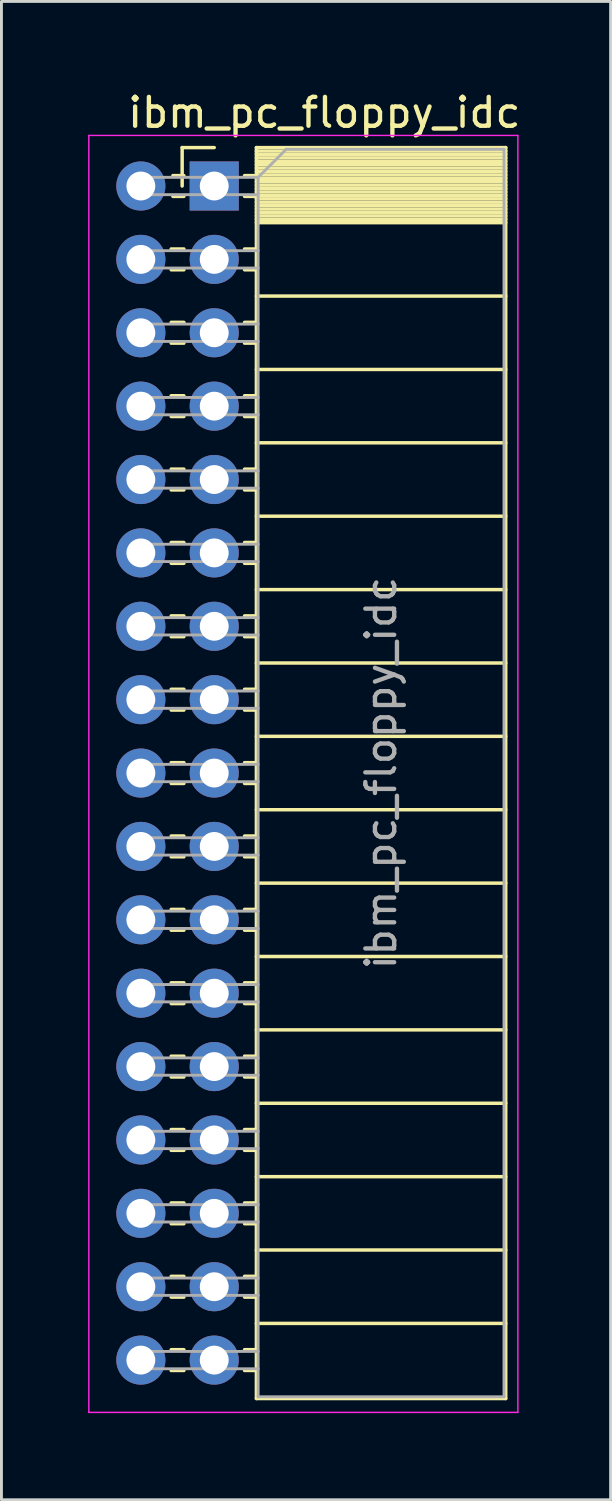
<source format=kicad_pcb>
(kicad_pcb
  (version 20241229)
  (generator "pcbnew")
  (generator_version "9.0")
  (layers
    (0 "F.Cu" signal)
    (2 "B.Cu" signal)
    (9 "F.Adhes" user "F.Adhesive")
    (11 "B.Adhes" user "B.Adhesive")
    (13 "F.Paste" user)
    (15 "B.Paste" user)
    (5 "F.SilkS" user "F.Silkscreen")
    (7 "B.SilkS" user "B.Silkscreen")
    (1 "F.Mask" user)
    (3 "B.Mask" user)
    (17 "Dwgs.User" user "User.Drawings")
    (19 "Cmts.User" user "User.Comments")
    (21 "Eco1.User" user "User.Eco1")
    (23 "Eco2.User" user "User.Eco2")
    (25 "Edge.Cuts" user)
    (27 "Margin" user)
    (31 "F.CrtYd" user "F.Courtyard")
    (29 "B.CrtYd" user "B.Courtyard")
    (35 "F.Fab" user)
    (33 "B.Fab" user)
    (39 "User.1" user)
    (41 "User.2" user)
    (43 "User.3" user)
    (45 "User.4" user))
  (footprint "ibm_pc_floppy_idc"
    (layer "F.Cu")
    (at 4.365 3.388)
    (property "Reference" "ibm_pc_floppy_idc" (at 3.81 -2.54 0) (layer "F.SilkS") (effects (font (size 1 1) (thickness 0.15))))
    (attr through_hole)
    (fp_line (start -1.11 -1.33) (end -1.11 0) (stroke (width 0.12) (type solid)) (layer "F.SilkS"))
    (fp_line (start -1.05 -0.36) (end -1.43 -0.36) (stroke (width 0.12) (type solid)) (layer "F.SilkS"))
    (fp_line (start -1.05 0.36) (end -1.43 0.36) (stroke (width 0.12) (type solid)) (layer "F.SilkS"))
    (fp_line (start -1.05 2.18) (end -1.49 2.18) (stroke (width 0.12) (type solid)) (layer "F.SilkS"))
    (fp_line (start -1.05 2.9) (end -1.49 2.9) (stroke (width 0.12) (type solid)) (layer "F.SilkS"))
    (fp_line (start -1.05 4.72) (end -1.49 4.72) (stroke (width 0.12) (type solid)) (layer "F.SilkS"))
    (fp_line (start -1.05 5.44) (end -1.49 5.44) (stroke (width 0.12) (type solid)) (layer "F.SilkS"))
    (fp_line (start -1.05 7.26) (end -1.49 7.26) (stroke (width 0.12) (type solid)) (layer "F.SilkS"))
    (fp_line (start -1.05 7.98) (end -1.49 7.98) (stroke (width 0.12) (type solid)) (layer "F.SilkS"))
    (fp_line (start -1.05 9.8) (end -1.49 9.8) (stroke (width 0.12) (type solid)) (layer "F.SilkS"))
    (fp_line (start -1.05 10.52) (end -1.49 10.52) (stroke (width 0.12) (type solid)) (layer "F.SilkS"))
    (fp_line (start -1.05 12.34) (end -1.49 12.34) (stroke (width 0.12) (type solid)) (layer "F.SilkS"))
    (fp_line (start -1.05 13.06) (end -1.49 13.06) (stroke (width 0.12) (type solid)) (layer "F.SilkS"))
    (fp_line (start -1.05 14.88) (end -1.49 14.88) (stroke (width 0.12) (type solid)) (layer "F.SilkS"))
    (fp_line (start -1.05 15.6) (end -1.49 15.6) (stroke (width 0.12) (type solid)) (layer "F.SilkS"))
    (fp_line (start -1.05 17.42) (end -1.49 17.42) (stroke (width 0.12) (type solid)) (layer "F.SilkS"))
    (fp_line (start -1.05 18.14) (end -1.49 18.14) (stroke (width 0.12) (type solid)) (layer "F.SilkS"))
    (fp_line (start -1.05 19.96) (end -1.49 19.96) (stroke (width 0.12) (type solid)) (layer "F.SilkS"))
    (fp_line (start -1.05 20.68) (end -1.49 20.68) (stroke (width 0.12) (type solid)) (layer "F.SilkS"))
    (fp_line (start -1.05 22.5) (end -1.49 22.5) (stroke (width 0.12) (type solid)) (layer "F.SilkS"))
    (fp_line (start -1.05 23.22) (end -1.49 23.22) (stroke (width 0.12) (type solid)) (layer "F.SilkS"))
    (fp_line (start -1.05 25.04) (end -1.49 25.04) (stroke (width 0.12) (type solid)) (layer "F.SilkS"))
    (fp_line (start -1.05 25.76) (end -1.49 25.76) (stroke (width 0.12) (type solid)) (layer "F.SilkS"))
    (fp_line (start -1.05 27.58) (end -1.49 27.58) (stroke (width 0.12) (type solid)) (layer "F.SilkS"))
    (fp_line (start -1.05 28.3) (end -1.49 28.3) (stroke (width 0.12) (type solid)) (layer "F.SilkS"))
    (fp_line (start -1.05 30.12) (end -1.49 30.12) (stroke (width 0.12) (type solid)) (layer "F.SilkS"))
    (fp_line (start -1.05 30.84) (end -1.49 30.84) (stroke (width 0.12) (type solid)) (layer "F.SilkS"))
    (fp_line (start -1.05 32.66) (end -1.49 32.66) (stroke (width 0.12) (type solid)) (layer "F.SilkS"))
    (fp_line (start -1.05 33.38) (end -1.49 33.38) (stroke (width 0.12) (type solid)) (layer "F.SilkS"))
    (fp_line (start -1.05 35.2) (end -1.49 35.2) (stroke (width 0.12) (type solid)) (layer "F.SilkS"))
    (fp_line (start -1.05 35.92) (end -1.49 35.92) (stroke (width 0.12) (type solid)) (layer "F.SilkS"))
    (fp_line (start -1.05 37.74) (end -1.49 37.74) (stroke (width 0.12) (type solid)) (layer "F.SilkS"))
    (fp_line (start -1.05 38.46) (end -1.49 38.46) (stroke (width 0.12) (type solid)) (layer "F.SilkS"))
    (fp_line (start -1.05 40.28) (end -1.49 40.28) (stroke (width 0.12) (type solid)) (layer "F.SilkS"))
    (fp_line (start -1.05 41) (end -1.49 41) (stroke (width 0.12) (type solid)) (layer "F.SilkS"))
    (fp_line (start 0 -1.33) (end -1.11 -1.33) (stroke (width 0.12) (type solid)) (layer "F.SilkS"))
    (fp_line (start 1.46 -1.33) (end 1.46 41.97) (stroke (width 0.12) (type solid)) (layer "F.SilkS"))
    (fp_line (start 1.46 -0.36) (end 1.05 -0.36) (stroke (width 0.12) (type solid)) (layer "F.SilkS"))
    (fp_line (start 1.46 0.36) (end 1.05 0.36) (stroke (width 0.12) (type solid)) (layer "F.SilkS"))
    (fp_line (start 1.46 2.18) (end 1.05 2.18) (stroke (width 0.12) (type solid)) (layer "F.SilkS"))
    (fp_line (start 1.46 2.9) (end 1.05 2.9) (stroke (width 0.12) (type solid)) (layer "F.SilkS"))
    (fp_line (start 1.46 4.72) (end 1.05 4.72) (stroke (width 0.12) (type solid)) (layer "F.SilkS"))
    (fp_line (start 1.46 5.44) (end 1.05 5.44) (stroke (width 0.12) (type solid)) (layer "F.SilkS"))
    (fp_line (start 1.46 7.26) (end 1.05 7.26) (stroke (width 0.12) (type solid)) (layer "F.SilkS"))
    (fp_line (start 1.46 7.98) (end 1.05 7.98) (stroke (width 0.12) (type solid)) (layer "F.SilkS"))
    (fp_line (start 1.46 9.8) (end 1.05 9.8) (stroke (width 0.12) (type solid)) (layer "F.SilkS"))
    (fp_line (start 1.46 10.52) (end 1.05 10.52) (stroke (width 0.12) (type solid)) (layer "F.SilkS"))
    (fp_line (start 1.46 12.34) (end 1.05 12.34) (stroke (width 0.12) (type solid)) (layer "F.SilkS"))
    (fp_line (start 1.46 13.06) (end 1.05 13.06) (stroke (width 0.12) (type solid)) (layer "F.SilkS"))
    (fp_line (start 1.46 14.88) (end 1.05 14.88) (stroke (width 0.12) (type solid)) (layer "F.SilkS"))
    (fp_line (start 1.46 15.6) (end 1.05 15.6) (stroke (width 0.12) (type solid)) (layer "F.SilkS"))
    (fp_line (start 1.46 17.42) (end 1.05 17.42) (stroke (width 0.12) (type solid)) (layer "F.SilkS"))
    (fp_line (start 1.46 18.14) (end 1.05 18.14) (stroke (width 0.12) (type solid)) (layer "F.SilkS"))
    (fp_line (start 1.46 19.96) (end 1.05 19.96) (stroke (width 0.12) (type solid)) (layer "F.SilkS"))
    (fp_line (start 1.46 20.68) (end 1.05 20.68) (stroke (width 0.12) (type solid)) (layer "F.SilkS"))
    (fp_line (start 1.46 22.5) (end 1.05 22.5) (stroke (width 0.12) (type solid)) (layer "F.SilkS"))
    (fp_line (start 1.46 23.22) (end 1.05 23.22) (stroke (width 0.12) (type solid)) (layer "F.SilkS"))
    (fp_line (start 1.46 25.04) (end 1.05 25.04) (stroke (width 0.12) (type solid)) (layer "F.SilkS"))
    (fp_line (start 1.46 25.76) (end 1.05 25.76) (stroke (width 0.12) (type solid)) (layer "F.SilkS"))
    (fp_line (start 1.46 27.58) (end 1.05 27.58) (stroke (width 0.12) (type solid)) (layer "F.SilkS"))
    (fp_line (start 1.46 28.3) (end 1.05 28.3) (stroke (width 0.12) (type solid)) (layer "F.SilkS"))
    (fp_line (start 1.46 30.12) (end 1.05 30.12) (stroke (width 0.12) (type solid)) (layer "F.SilkS"))
    (fp_line (start 1.46 30.84) (end 1.05 30.84) (stroke (width 0.12) (type solid)) (layer "F.SilkS"))
    (fp_line (start 1.46 32.66) (end 1.05 32.66) (stroke (width 0.12) (type solid)) (layer "F.SilkS"))
    (fp_line (start 1.46 33.38) (end 1.05 33.38) (stroke (width 0.12) (type solid)) (layer "F.SilkS"))
    (fp_line (start 1.46 35.2) (end 1.05 35.2) (stroke (width 0.12) (type solid)) (layer "F.SilkS"))
    (fp_line (start 1.46 35.92) (end 1.05 35.92) (stroke (width 0.12) (type solid)) (layer "F.SilkS"))
    (fp_line (start 1.46 37.74) (end 1.05 37.74) (stroke (width 0.12) (type solid)) (layer "F.SilkS"))
    (fp_line (start 1.46 38.46) (end 1.05 38.46) (stroke (width 0.12) (type solid)) (layer "F.SilkS"))
    (fp_line (start 1.46 40.28) (end 1.05 40.28) (stroke (width 0.12) (type solid)) (layer "F.SilkS"))
    (fp_line (start 1.46 41) (end 1.05 41) (stroke (width 0.12) (type solid)) (layer "F.SilkS"))
    (fp_line (start 10.09 -1.33) (end 1.46 -1.33) (stroke (width 0.12) (type solid)) (layer "F.SilkS"))
    (fp_line (start 10.09 -1.33) (end 10.09 41.97) (stroke (width 0.12) (type solid)) (layer "F.SilkS"))
    (fp_line (start 10.09 -1.21) (end 1.46 -1.21) (stroke (width 0.12) (type solid)) (layer "F.SilkS"))
    (fp_line (start 10.09 -1.092) (end 1.46 -1.092) (stroke (width 0.12) (type solid)) (layer "F.SilkS"))
    (fp_line (start 10.09 -0.974) (end 1.46 -0.974) (stroke (width 0.12) (type solid)) (layer "F.SilkS"))
    (fp_line (start 10.09 -0.856) (end 1.46 -0.856) (stroke (width 0.12) (type solid)) (layer "F.SilkS"))
    (fp_line (start 10.09 -0.738) (end 1.46 -0.738) (stroke (width 0.12) (type solid)) (layer "F.SilkS"))
    (fp_line (start 10.09 -0.62) (end 1.46 -0.62) (stroke (width 0.12) (type solid)) (layer "F.SilkS"))
    (fp_line (start 10.09 -0.501) (end 1.46 -0.501) (stroke (width 0.12) (type solid)) (layer "F.SilkS"))
    (fp_line (start 10.09 -0.383) (end 1.46 -0.383) (stroke (width 0.12) (type solid)) (layer "F.SilkS"))
    (fp_line (start 10.09 -0.265) (end 1.46 -0.265) (stroke (width 0.12) (type solid)) (layer "F.SilkS"))
    (fp_line (start 10.09 -0.147) (end 1.46 -0.147) (stroke (width 0.12) (type solid)) (layer "F.SilkS"))
    (fp_line (start 10.09 -0.029) (end 1.46 -0.029) (stroke (width 0.12) (type solid)) (layer "F.SilkS"))
    (fp_line (start 10.09 0.089) (end 1.46 0.089) (stroke (width 0.12) (type solid)) (layer "F.SilkS"))
    (fp_line (start 10.09 0.207) (end 1.46 0.207) (stroke (width 0.12) (type solid)) (layer "F.SilkS"))
    (fp_line (start 10.09 0.325) (end 1.46 0.325) (stroke (width 0.12) (type solid)) (layer "F.SilkS"))
    (fp_line (start 10.09 0.443) (end 1.46 0.443) (stroke (width 0.12) (type solid)) (layer "F.SilkS"))
    (fp_line (start 10.09 0.561) (end 1.46 0.561) (stroke (width 0.12) (type solid)) (layer "F.SilkS"))
    (fp_line (start 10.09 0.68) (end 1.46 0.68) (stroke (width 0.12) (type solid)) (layer "F.SilkS"))
    (fp_line (start 10.09 0.798) (end 1.46 0.798) (stroke (width 0.12) (type solid)) (layer "F.SilkS"))
    (fp_line (start 10.09 0.916) (end 1.46 0.916) (stroke (width 0.12) (type solid)) (layer "F.SilkS"))
    (fp_line (start 10.09 1.034) (end 1.46 1.034) (stroke (width 0.12) (type solid)) (layer "F.SilkS"))
    (fp_line (start 10.09 1.152) (end 1.46 1.152) (stroke (width 0.12) (type solid)) (layer "F.SilkS"))
    (fp_line (start 10.09 1.27) (end 1.46 1.27) (stroke (width 0.12) (type solid)) (layer "F.SilkS"))
    (fp_line (start 10.09 3.81) (end 1.46 3.81) (stroke (width 0.12) (type solid)) (layer "F.SilkS"))
    (fp_line (start 10.09 6.35) (end 1.46 6.35) (stroke (width 0.12) (type solid)) (layer "F.SilkS"))
    (fp_line (start 10.09 8.89) (end 1.46 8.89) (stroke (width 0.12) (type solid)) (layer "F.SilkS"))
    (fp_line (start 10.09 11.43) (end 1.46 11.43) (stroke (width 0.12) (type solid)) (layer "F.SilkS"))
    (fp_line (start 10.09 13.97) (end 1.46 13.97) (stroke (width 0.12) (type solid)) (layer "F.SilkS"))
    (fp_line (start 10.09 16.51) (end 1.46 16.51) (stroke (width 0.12) (type solid)) (layer "F.SilkS"))
    (fp_line (start 10.09 19.05) (end 1.46 19.05) (stroke (width 0.12) (type solid)) (layer "F.SilkS"))
    (fp_line (start 10.09 21.59) (end 1.46 21.59) (stroke (width 0.12) (type solid)) (layer "F.SilkS"))
    (fp_line (start 10.09 24.13) (end 1.46 24.13) (stroke (width 0.12) (type solid)) (layer "F.SilkS"))
    (fp_line (start 10.09 26.67) (end 1.46 26.67) (stroke (width 0.12) (type solid)) (layer "F.SilkS"))
    (fp_line (start 10.09 29.21) (end 1.46 29.21) (stroke (width 0.12) (type solid)) (layer "F.SilkS"))
    (fp_line (start 10.09 31.75) (end 1.46 31.75) (stroke (width 0.12) (type solid)) (layer "F.SilkS"))
    (fp_line (start 10.09 34.29) (end 1.46 34.29) (stroke (width 0.12) (type solid)) (layer "F.SilkS"))
    (fp_line (start 10.09 36.83) (end 1.46 36.83) (stroke (width 0.12) (type solid)) (layer "F.SilkS"))
    (fp_line (start 10.09 39.37) (end 1.46 39.37) (stroke (width 0.12) (type solid)) (layer "F.SilkS"))
    (fp_line (start 10.09 41.97) (end 1.46 41.97) (stroke (width 0.12) (type solid)) (layer "F.SilkS"))
    (fp_line (start -4.34 -1.75) (end 10.51 -1.75) (stroke (width 0.05) (type solid)) (layer "F.CrtYd"))
    (fp_line (start -4.34 42.45) (end -4.34 -1.75) (stroke (width 0.05) (type solid)) (layer "F.CrtYd"))
    (fp_line (start 10.51 -1.75) (end 10.51 42.45) (stroke (width 0.05) (type solid)) (layer "F.CrtYd"))
    (fp_line (start 10.51 42.45) (end -4.34 42.45) (stroke (width 0.05) (type solid)) (layer "F.CrtYd"))
    (fp_line (start -2.54 -0.3) (end 1.52 -0.3) (stroke (width 0.1) (type solid)) (layer "F.Fab"))
    (fp_line (start -2.54 0.3) (end -2.54 -0.3) (stroke (width 0.1) (type solid)) (layer "F.Fab"))
    (fp_line (start -2.54 2.24) (end 1.52 2.24) (stroke (width 0.1) (type solid)) (layer "F.Fab"))
    (fp_line (start -2.54 2.84) (end -2.54 2.24) (stroke (width 0.1) (type solid)) (layer "F.Fab"))
    (fp_line (start -2.54 4.78) (end 1.52 4.78) (stroke (width 0.1) (type solid)) (layer "F.Fab"))
    (fp_line (start -2.54 5.38) (end -2.54 4.78) (stroke (width 0.1) (type solid)) (layer "F.Fab"))
    (fp_line (start -2.54 7.32) (end 1.52 7.32) (stroke (width 0.1) (type solid)) (layer "F.Fab"))
    (fp_line (start -2.54 7.92) (end -2.54 7.32) (stroke (width 0.1) (type solid)) (layer "F.Fab"))
    (fp_line (start -2.54 9.86) (end 1.52 9.86) (stroke (width 0.1) (type solid)) (layer "F.Fab"))
    (fp_line (start -2.54 10.46) (end -2.54 9.86) (stroke (width 0.1) (type solid)) (layer "F.Fab"))
    (fp_line (start -2.54 12.4) (end 1.52 12.4) (stroke (width 0.1) (type solid)) (layer "F.Fab"))
    (fp_line (start -2.54 13) (end -2.54 12.4) (stroke (width 0.1) (type solid)) (layer "F.Fab"))
    (fp_line (start -2.54 14.94) (end 1.52 14.94) (stroke (width 0.1) (type solid)) (layer "F.Fab"))
    (fp_line (start -2.54 15.54) (end -2.54 14.94) (stroke (width 0.1) (type solid)) (layer "F.Fab"))
    (fp_line (start -2.54 17.48) (end 1.52 17.48) (stroke (width 0.1) (type solid)) (layer "F.Fab"))
    (fp_line (start -2.54 18.08) (end -2.54 17.48) (stroke (width 0.1) (type solid)) (layer "F.Fab"))
    (fp_line (start -2.54 20.02) (end 1.52 20.02) (stroke (width 0.1) (type solid)) (layer "F.Fab"))
    (fp_line (start -2.54 20.62) (end -2.54 20.02) (stroke (width 0.1) (type solid)) (layer "F.Fab"))
    (fp_line (start -2.54 22.56) (end 1.52 22.56) (stroke (width 0.1) (type solid)) (layer "F.Fab"))
    (fp_line (start -2.54 23.16) (end -2.54 22.56) (stroke (width 0.1) (type solid)) (layer "F.Fab"))
    (fp_line (start -2.54 25.1) (end 1.52 25.1) (stroke (width 0.1) (type solid)) (layer "F.Fab"))
    (fp_line (start -2.54 25.7) (end -2.54 25.1) (stroke (width 0.1) (type solid)) (layer "F.Fab"))
    (fp_line (start -2.54 27.64) (end 1.52 27.64) (stroke (width 0.1) (type solid)) (layer "F.Fab"))
    (fp_line (start -2.54 28.24) (end -2.54 27.64) (stroke (width 0.1) (type solid)) (layer "F.Fab"))
    (fp_line (start -2.54 30.18) (end 1.52 30.18) (stroke (width 0.1) (type solid)) (layer "F.Fab"))
    (fp_line (start -2.54 30.78) (end -2.54 30.18) (stroke (width 0.1) (type solid)) (layer "F.Fab"))
    (fp_line (start -2.54 32.72) (end 1.52 32.72) (stroke (width 0.1) (type solid)) (layer "F.Fab"))
    (fp_line (start -2.54 33.32) (end -2.54 32.72) (stroke (width 0.1) (type solid)) (layer "F.Fab"))
    (fp_line (start -2.54 35.26) (end 1.52 35.26) (stroke (width 0.1) (type solid)) (layer "F.Fab"))
    (fp_line (start -2.54 35.86) (end -2.54 35.26) (stroke (width 0.1) (type solid)) (layer "F.Fab"))
    (fp_line (start -2.54 37.8) (end 1.52 37.8) (stroke (width 0.1) (type solid)) (layer "F.Fab"))
    (fp_line (start -2.54 38.4) (end -2.54 37.8) (stroke (width 0.1) (type solid)) (layer "F.Fab"))
    (fp_line (start -2.54 40.34) (end 1.52 40.34) (stroke (width 0.1) (type solid)) (layer "F.Fab"))
    (fp_line (start -2.54 40.94) (end -2.54 40.34) (stroke (width 0.1) (type solid)) (layer "F.Fab"))
    (fp_line (start 1.52 -0.3) (end 1.52 41.91) (stroke (width 0.1) (type solid)) (layer "F.Fab"))
    (fp_line (start 1.52 0.3) (end -2.54 0.3) (stroke (width 0.1) (type solid)) (layer "F.Fab"))
    (fp_line (start 1.52 2.84) (end -2.54 2.84) (stroke (width 0.1) (type solid)) (layer "F.Fab"))
    (fp_line (start 1.52 5.38) (end -2.54 5.38) (stroke (width 0.1) (type solid)) (layer "F.Fab"))
    (fp_line (start 1.52 7.92) (end -2.54 7.92) (stroke (width 0.1) (type solid)) (layer "F.Fab"))
    (fp_line (start 1.52 10.46) (end -2.54 10.46) (stroke (width 0.1) (type solid)) (layer "F.Fab"))
    (fp_line (start 1.52 13) (end -2.54 13) (stroke (width 0.1) (type solid)) (layer "F.Fab"))
    (fp_line (start 1.52 15.54) (end -2.54 15.54) (stroke (width 0.1) (type solid)) (layer "F.Fab"))
    (fp_line (start 1.52 18.08) (end -2.54 18.08) (stroke (width 0.1) (type solid)) (layer "F.Fab"))
    (fp_line (start 1.52 20.62) (end -2.54 20.62) (stroke (width 0.1) (type solid)) (layer "F.Fab"))
    (fp_line (start 1.52 23.16) (end -2.54 23.16) (stroke (width 0.1) (type solid)) (layer "F.Fab"))
    (fp_line (start 1.52 25.7) (end -2.54 25.7) (stroke (width 0.1) (type solid)) (layer "F.Fab"))
    (fp_line (start 1.52 28.24) (end -2.54 28.24) (stroke (width 0.1) (type solid)) (layer "F.Fab"))
    (fp_line (start 1.52 30.78) (end -2.54 30.78) (stroke (width 0.1) (type solid)) (layer "F.Fab"))
    (fp_line (start 1.52 33.32) (end -2.54 33.32) (stroke (width 0.1) (type solid)) (layer "F.Fab"))
    (fp_line (start 1.52 35.86) (end -2.54 35.86) (stroke (width 0.1) (type solid)) (layer "F.Fab"))
    (fp_line (start 1.52 38.4) (end -2.54 38.4) (stroke (width 0.1) (type solid)) (layer "F.Fab"))
    (fp_line (start 1.52 40.94) (end -2.54 40.94) (stroke (width 0.1) (type solid)) (layer "F.Fab"))
    (fp_line (start 1.52 41.91) (end 10.03 41.91) (stroke (width 0.1) (type solid)) (layer "F.Fab"))
    (fp_line (start 2.49 -1.27) (end 1.52 -0.3) (stroke (width 0.1) (type solid)) (layer "F.Fab"))
    (fp_line (start 10.03 -1.27) (end 2.49 -1.27) (stroke (width 0.1) (type solid)) (layer "F.Fab"))
    (fp_line (start 10.03 41.91) (end 10.03 -1.27) (stroke (width 0.1) (type solid)) (layer "F.Fab"))
    (fp_text user "${REFERENCE}" (at 5.775 20.32 90) (layer "F.Fab") (effects (font (size 1 1) (thickness 0.15))))
    (pad "1" thru_hole rect (at 0 0) (size 1.7 1.7) (drill 1) (layers "*.Cu" "*.Mask"))
    (pad "2" thru_hole oval (at -2.54 0) (size 1.7 1.7) (drill 1) (layers "*.Cu" "*.Mask"))
    (pad "3" thru_hole oval (at 0 2.54) (size 1.7 1.7) (drill 1) (layers "*.Cu" "*.Mask"))
    (pad "4" thru_hole oval (at -2.54 2.54) (size 1.7 1.7) (drill 1) (layers "*.Cu" "*.Mask"))
    (pad "5" thru_hole oval (at 0 5.08) (size 1.7 1.7) (drill 1) (layers "*.Cu" "*.Mask"))
    (pad "6" thru_hole oval (at -2.54 5.08) (size 1.7 1.7) (drill 1) (layers "*.Cu" "*.Mask"))
    (pad "7" thru_hole oval (at 0 7.62) (size 1.7 1.7) (drill 1) (layers "*.Cu" "*.Mask"))
    (pad "8" thru_hole oval (at -2.54 7.62) (size 1.7 1.7) (drill 1) (layers "*.Cu" "*.Mask"))
    (pad "9" thru_hole oval (at 0 10.16) (size 1.7 1.7) (drill 1) (layers "*.Cu" "*.Mask"))
    (pad "10" thru_hole oval (at -2.54 10.16) (size 1.7 1.7) (drill 1) (layers "*.Cu" "*.Mask"))
    (pad "11" thru_hole oval (at 0 12.7) (size 1.7 1.7) (drill 1) (layers "*.Cu" "*.Mask"))
    (pad "12" thru_hole oval (at -2.54 12.7) (size 1.7 1.7) (drill 1) (layers "*.Cu" "*.Mask"))
    (pad "13" thru_hole oval (at 0 15.24) (size 1.7 1.7) (drill 1) (layers "*.Cu" "*.Mask"))
    (pad "14" thru_hole oval (at -2.54 15.24) (size 1.7 1.7) (drill 1) (layers "*.Cu" "*.Mask"))
    (pad "15" thru_hole oval (at 0 17.78) (size 1.7 1.7) (drill 1) (layers "*.Cu" "*.Mask"))
    (pad "16" thru_hole oval (at -2.54 17.78) (size 1.7 1.7) (drill 1) (layers "*.Cu" "*.Mask"))
    (pad "17" thru_hole oval (at 0 20.32) (size 1.7 1.7) (drill 1) (layers "*.Cu" "*.Mask"))
    (pad "18" thru_hole oval (at -2.54 20.32) (size 1.7 1.7) (drill 1) (layers "*.Cu" "*.Mask"))
    (pad "19" thru_hole oval (at 0 22.86) (size 1.7 1.7) (drill 1) (layers "*.Cu" "*.Mask"))
    (pad "20" thru_hole oval (at -2.54 22.86) (size 1.7 1.7) (drill 1) (layers "*.Cu" "*.Mask"))
    (pad "21" thru_hole oval (at 0 25.4) (size 1.7 1.7) (drill 1) (layers "*.Cu" "*.Mask"))
    (pad "22" thru_hole oval (at -2.54 25.4) (size 1.7 1.7) (drill 1) (layers "*.Cu" "*.Mask"))
    (pad "23" thru_hole oval (at 0 27.94) (size 1.7 1.7) (drill 1) (layers "*.Cu" "*.Mask"))
    (pad "24" thru_hole oval (at -2.54 27.94) (size 1.7 1.7) (drill 1) (layers "*.Cu" "*.Mask"))
    (pad "25" thru_hole oval (at 0 30.48) (size 1.7 1.7) (drill 1) (layers "*.Cu" "*.Mask"))
    (pad "26" thru_hole oval (at -2.54 30.48) (size 1.7 1.7) (drill 1) (layers "*.Cu" "*.Mask"))
    (pad "27" thru_hole oval (at 0 33.02) (size 1.7 1.7) (drill 1) (layers "*.Cu" "*.Mask"))
    (pad "28" thru_hole oval (at -2.54 33.02) (size 1.7 1.7) (drill 1) (layers "*.Cu" "*.Mask"))
    (pad "29" thru_hole oval (at 0 35.56) (size 1.7 1.7) (drill 1) (layers "*.Cu" "*.Mask"))
    (pad "30" thru_hole oval (at -2.54 35.56) (size 1.7 1.7) (drill 1) (layers "*.Cu" "*.Mask"))
    (pad "31" thru_hole oval (at 0 38.1) (size 1.7 1.7) (drill 1) (layers "*.Cu" "*.Mask"))
    (pad "32" thru_hole oval (at -2.54 38.1) (size 1.7 1.7) (drill 1) (layers "*.Cu" "*.Mask"))
    (pad "33" thru_hole oval (at 0 40.64) (size 1.7 1.7) (drill 1) (layers "*.Cu" "*.Mask"))
    (pad "34" thru_hole oval (at -2.54 40.64) (size 1.7 1.7) (drill 1) (layers "*.Cu" "*.Mask")))
  (gr_rect
    (start -3 -3)
    (end 18.086 48.863)
    (stroke (width 0.1) (type default))
    (fill no)
    (layer "Edge.Cuts")))
</source>
